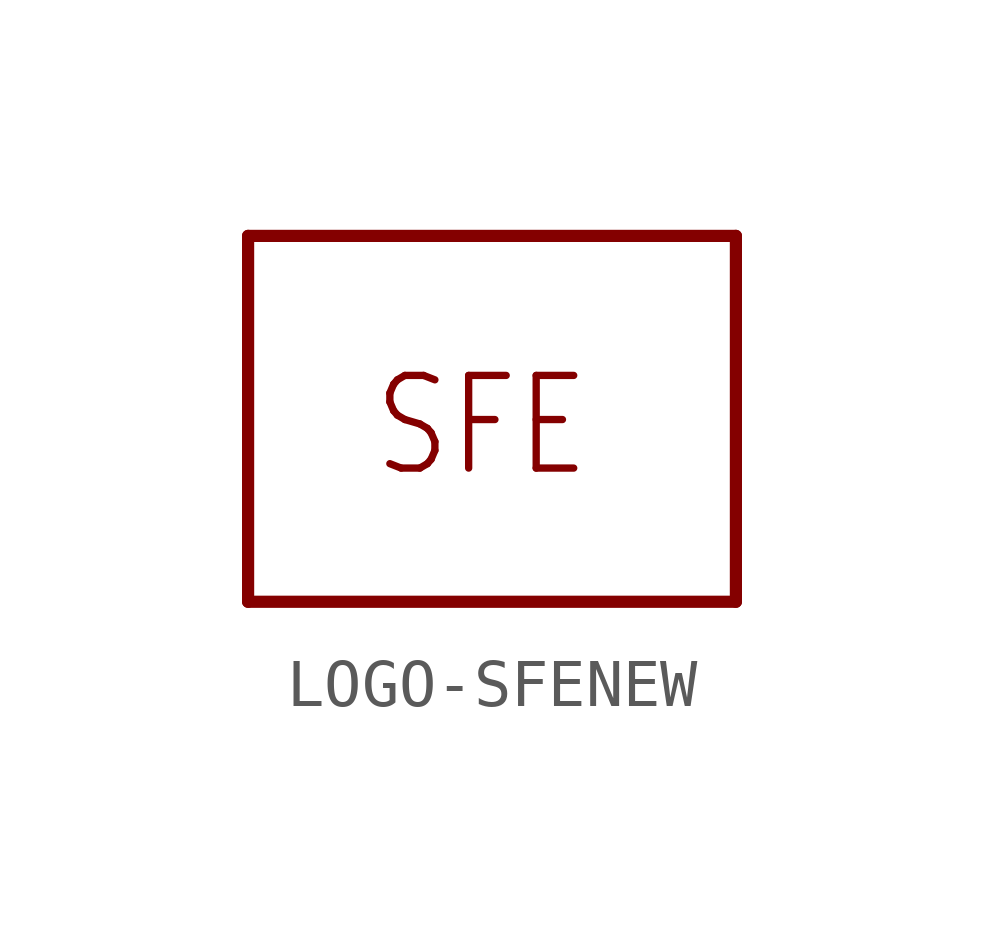
<source format=kicad_sym>
(kicad_symbol_lib
  (version 20231120)
  (generator "kicad_symbol_editor")
  (generator_version "8.0")
  (symbol "LOGO-SFENEW"
    (property "Reference" "JP"
      (at 0 0 0)
      (effects (font (size 1.27 1.27)) (hide yes)))
    (property "ki_locked" ""
      (at 0 0 0)
      (effects (font (size 1.27 1.27))))
    (symbol "LOGO-SFENEW_1_0"
      (polyline (pts (xy -2.54 -2.54) (xy 7.62 -2.54)) (stroke (width 0.254) (type solid)) (fill (type none)))
      (polyline (pts (xy -2.54 5.08) (xy -2.54 -2.54)) (stroke (width 0.254) (type solid)) (fill (type none)))
      (polyline (pts (xy 7.62 -2.54) (xy 7.62 5.08)) (stroke (width 0.254) (type solid)) (fill (type none)))
      (polyline (pts (xy 7.62 5.08) (xy -2.54 5.08)) (stroke (width 0.254) (type solid)) (fill (type none)))
      (text "SFE" (at 0 0 0) (effects (font (size 1.93 1.641)) (justify left bottom))))))
</source>
